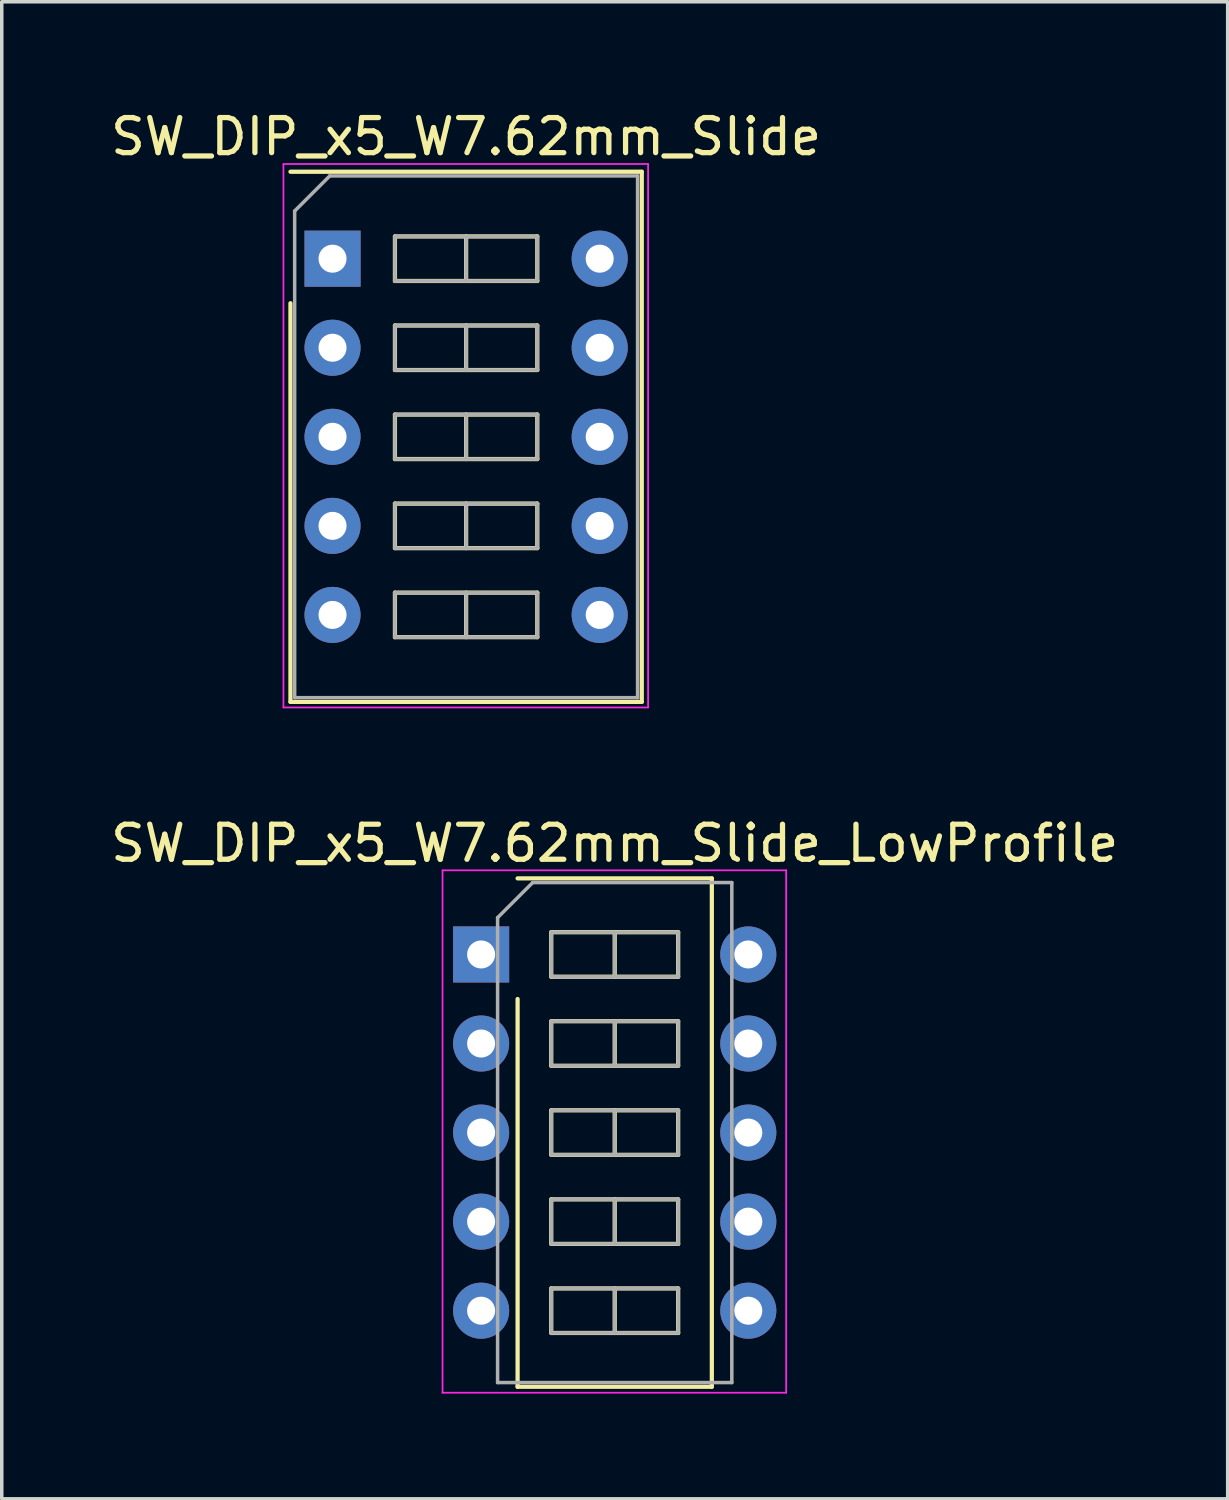
<source format=kicad_pcb>
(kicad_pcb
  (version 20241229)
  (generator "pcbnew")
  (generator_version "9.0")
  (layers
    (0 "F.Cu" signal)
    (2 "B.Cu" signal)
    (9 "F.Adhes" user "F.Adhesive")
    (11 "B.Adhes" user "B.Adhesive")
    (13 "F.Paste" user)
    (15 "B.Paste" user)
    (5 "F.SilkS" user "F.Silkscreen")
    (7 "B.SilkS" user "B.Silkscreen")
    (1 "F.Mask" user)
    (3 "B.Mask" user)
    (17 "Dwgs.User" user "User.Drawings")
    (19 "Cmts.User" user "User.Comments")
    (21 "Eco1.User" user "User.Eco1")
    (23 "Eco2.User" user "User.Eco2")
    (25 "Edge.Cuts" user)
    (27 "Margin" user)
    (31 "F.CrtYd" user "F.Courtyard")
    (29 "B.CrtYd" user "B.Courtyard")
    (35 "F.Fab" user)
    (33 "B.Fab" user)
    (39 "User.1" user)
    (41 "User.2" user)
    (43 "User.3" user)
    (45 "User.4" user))
  (footprint "SW_DIP_x5_W7.62mm_Slide_LowProfile"
    (layer "F.Cu")
    (at 10.672 24.172)
    (property "Reference" "SW_DIP_x5_W7.62mm_Slide_LowProfile" (at 3.81 -3.17 0) (layer "F.SilkS") (effects (font (size 1 1) (thickness 0.15))))
    (attr through_hole)
    (fp_line (start 1.04 -2.17) (end 6.58 -2.17) (stroke (width 0.12) (type solid)) (layer "F.SilkS"))
    (fp_line (start 1.04 12.33) (end 1.04 1.27) (stroke (width 0.12) (type solid)) (layer "F.SilkS"))
    (fp_line (start 2 -0.635) (end 2 0.635) (stroke (width 0.12) (type solid)) (layer "F.SilkS"))
    (fp_line (start 2 0.635) (end 5.62 0.635) (stroke (width 0.12) (type solid)) (layer "F.SilkS"))
    (fp_line (start 2 1.905) (end 2 3.175) (stroke (width 0.12) (type solid)) (layer "F.SilkS"))
    (fp_line (start 2 3.175) (end 5.62 3.175) (stroke (width 0.12) (type solid)) (layer "F.SilkS"))
    (fp_line (start 2 4.445) (end 2 5.715) (stroke (width 0.12) (type solid)) (layer "F.SilkS"))
    (fp_line (start 2 5.715) (end 5.62 5.715) (stroke (width 0.12) (type solid)) (layer "F.SilkS"))
    (fp_line (start 2 6.985) (end 2 8.255) (stroke (width 0.12) (type solid)) (layer "F.SilkS"))
    (fp_line (start 2 8.255) (end 5.62 8.255) (stroke (width 0.12) (type solid)) (layer "F.SilkS"))
    (fp_line (start 2 9.525) (end 2 10.795) (stroke (width 0.12) (type solid)) (layer "F.SilkS"))
    (fp_line (start 2 10.795) (end 5.62 10.795) (stroke (width 0.12) (type solid)) (layer "F.SilkS"))
    (fp_line (start 3.81 -0.635) (end 3.81 0.635) (stroke (width 0.12) (type solid)) (layer "F.SilkS"))
    (fp_line (start 3.81 1.905) (end 3.81 3.175) (stroke (width 0.12) (type solid)) (layer "F.SilkS"))
    (fp_line (start 3.81 4.445) (end 3.81 5.715) (stroke (width 0.12) (type solid)) (layer "F.SilkS"))
    (fp_line (start 3.81 6.985) (end 3.81 8.255) (stroke (width 0.12) (type solid)) (layer "F.SilkS"))
    (fp_line (start 3.81 9.525) (end 3.81 10.795) (stroke (width 0.12) (type solid)) (layer "F.SilkS"))
    (fp_line (start 5.62 -0.635) (end 2 -0.635) (stroke (width 0.12) (type solid)) (layer "F.SilkS"))
    (fp_line (start 5.62 0.635) (end 5.62 -0.635) (stroke (width 0.12) (type solid)) (layer "F.SilkS"))
    (fp_line (start 5.62 1.905) (end 2 1.905) (stroke (width 0.12) (type solid)) (layer "F.SilkS"))
    (fp_line (start 5.62 3.175) (end 5.62 1.905) (stroke (width 0.12) (type solid)) (layer "F.SilkS"))
    (fp_line (start 5.62 4.445) (end 2 4.445) (stroke (width 0.12) (type solid)) (layer "F.SilkS"))
    (fp_line (start 5.62 5.715) (end 5.62 4.445) (stroke (width 0.12) (type solid)) (layer "F.SilkS"))
    (fp_line (start 5.62 6.985) (end 2 6.985) (stroke (width 0.12) (type solid)) (layer "F.SilkS"))
    (fp_line (start 5.62 8.255) (end 5.62 6.985) (stroke (width 0.12) (type solid)) (layer "F.SilkS"))
    (fp_line (start 5.62 9.525) (end 2 9.525) (stroke (width 0.12) (type solid)) (layer "F.SilkS"))
    (fp_line (start 5.62 10.795) (end 5.62 9.525) (stroke (width 0.12) (type solid)) (layer "F.SilkS"))
    (fp_line (start 6.58 -2.17) (end 6.58 12.33) (stroke (width 0.12) (type solid)) (layer "F.SilkS"))
    (fp_line (start 6.58 12.33) (end 1.04 12.33) (stroke (width 0.12) (type solid)) (layer "F.SilkS"))
    (fp_line (start -1.1 -2.4) (end -1.1 12.5) (stroke (width 0.05) (type solid)) (layer "F.CrtYd"))
    (fp_line (start -1.1 12.5) (end 8.7 12.5) (stroke (width 0.05) (type solid)) (layer "F.CrtYd"))
    (fp_line (start 8.7 -2.4) (end -1.1 -2.4) (stroke (width 0.05) (type solid)) (layer "F.CrtYd"))
    (fp_line (start 8.7 12.5) (end 8.7 -2.4) (stroke (width 0.05) (type solid)) (layer "F.CrtYd"))
    (fp_line (start 0.47 -1.05) (end 1.47 -2.05) (stroke (width 0.1) (type solid)) (layer "F.Fab"))
    (fp_line (start 0.47 12.21) (end 0.47 -1.05) (stroke (width 0.1) (type solid)) (layer "F.Fab"))
    (fp_line (start 1.47 -2.05) (end 7.15 -2.05) (stroke (width 0.1) (type solid)) (layer "F.Fab"))
    (fp_line (start 2 -0.635) (end 2 0.635) (stroke (width 0.1) (type solid)) (layer "F.Fab"))
    (fp_line (start 2 0.635) (end 5.62 0.635) (stroke (width 0.1) (type solid)) (layer "F.Fab"))
    (fp_line (start 2 1.905) (end 2 3.175) (stroke (width 0.1) (type solid)) (layer "F.Fab"))
    (fp_line (start 2 3.175) (end 5.62 3.175) (stroke (width 0.1) (type solid)) (layer "F.Fab"))
    (fp_line (start 2 4.445) (end 2 5.715) (stroke (width 0.1) (type solid)) (layer "F.Fab"))
    (fp_line (start 2 5.715) (end 5.62 5.715) (stroke (width 0.1) (type solid)) (layer "F.Fab"))
    (fp_line (start 2 6.985) (end 2 8.255) (stroke (width 0.1) (type solid)) (layer "F.Fab"))
    (fp_line (start 2 8.255) (end 5.62 8.255) (stroke (width 0.1) (type solid)) (layer "F.Fab"))
    (fp_line (start 2 9.525) (end 2 10.795) (stroke (width 0.1) (type solid)) (layer "F.Fab"))
    (fp_line (start 2 10.795) (end 5.62 10.795) (stroke (width 0.1) (type solid)) (layer "F.Fab"))
    (fp_line (start 3.81 -0.635) (end 3.81 0.635) (stroke (width 0.1) (type solid)) (layer "F.Fab"))
    (fp_line (start 3.81 1.905) (end 3.81 3.175) (stroke (width 0.1) (type solid)) (layer "F.Fab"))
    (fp_line (start 3.81 4.445) (end 3.81 5.715) (stroke (width 0.1) (type solid)) (layer "F.Fab"))
    (fp_line (start 3.81 6.985) (end 3.81 8.255) (stroke (width 0.1) (type solid)) (layer "F.Fab"))
    (fp_line (start 3.81 9.525) (end 3.81 10.795) (stroke (width 0.1) (type solid)) (layer "F.Fab"))
    (fp_line (start 5.62 -0.635) (end 2 -0.635) (stroke (width 0.1) (type solid)) (layer "F.Fab"))
    (fp_line (start 5.62 0.635) (end 5.62 -0.635) (stroke (width 0.1) (type solid)) (layer "F.Fab"))
    (fp_line (start 5.62 1.905) (end 2 1.905) (stroke (width 0.1) (type solid)) (layer "F.Fab"))
    (fp_line (start 5.62 3.175) (end 5.62 1.905) (stroke (width 0.1) (type solid)) (layer "F.Fab"))
    (fp_line (start 5.62 4.445) (end 2 4.445) (stroke (width 0.1) (type solid)) (layer "F.Fab"))
    (fp_line (start 5.62 5.715) (end 5.62 4.445) (stroke (width 0.1) (type solid)) (layer "F.Fab"))
    (fp_line (start 5.62 6.985) (end 2 6.985) (stroke (width 0.1) (type solid)) (layer "F.Fab"))
    (fp_line (start 5.62 8.255) (end 5.62 6.985) (stroke (width 0.1) (type solid)) (layer "F.Fab"))
    (fp_line (start 5.62 9.525) (end 2 9.525) (stroke (width 0.1) (type solid)) (layer "F.Fab"))
    (fp_line (start 5.62 10.795) (end 5.62 9.525) (stroke (width 0.1) (type solid)) (layer "F.Fab"))
    (fp_line (start 7.15 -2.05) (end 7.15 12.21) (stroke (width 0.1) (type solid)) (layer "F.Fab"))
    (fp_line (start 7.15 12.21) (end 0.47 12.21) (stroke (width 0.1) (type solid)) (layer "F.Fab"))
    (pad "1" thru_hole rect (at 0 0) (size 1.6 1.6) (drill 0.8) (layers "*.Cu" "*.Mask"))
    (pad "2" thru_hole oval (at 0 2.54) (size 1.6 1.6) (drill 0.8) (layers "*.Cu" "*.Mask"))
    (pad "3" thru_hole oval (at 0 5.08) (size 1.6 1.6) (drill 0.8) (layers "*.Cu" "*.Mask"))
    (pad "4" thru_hole oval (at 0 7.62) (size 1.6 1.6) (drill 0.8) (layers "*.Cu" "*.Mask"))
    (pad "5" thru_hole oval (at 0 10.16) (size 1.6 1.6) (drill 0.8) (layers "*.Cu" "*.Mask"))
    (pad "6" thru_hole oval (at 7.62 10.16) (size 1.6 1.6) (drill 0.8) (layers "*.Cu" "*.Mask"))
    (pad "7" thru_hole oval (at 7.62 7.62) (size 1.6 1.6) (drill 0.8) (layers "*.Cu" "*.Mask"))
    (pad "8" thru_hole oval (at 7.62 5.08) (size 1.6 1.6) (drill 0.8) (layers "*.Cu" "*.Mask"))
    (pad "9" thru_hole oval (at 7.62 2.54) (size 1.6 1.6) (drill 0.8) (layers "*.Cu" "*.Mask"))
    (pad "10" thru_hole oval (at 7.62 0) (size 1.6 1.6) (drill 0.8) (layers "*.Cu" "*.Mask")))
  (footprint "SW_DIP_x5_W7.62mm_Slide"
    (layer "F.Cu")
    (at 6.434 4.328)
    (property "Reference" "SW_DIP_x5_W7.62mm_Slide" (at 3.81 -3.48 0) (layer "F.SilkS") (effects (font (size 1 1) (thickness 0.15))))
    (attr through_hole)
    (fp_line (start -1.2 -2.48) (end 8.82 -2.48) (stroke (width 0.12) (type solid)) (layer "F.SilkS"))
    (fp_line (start -1.2 12.64) (end -1.2 1.27) (stroke (width 0.12) (type solid)) (layer "F.SilkS"))
    (fp_line (start 1.78 -0.635) (end 1.78 0.635) (stroke (width 0.12) (type solid)) (layer "F.SilkS"))
    (fp_line (start 1.78 0.635) (end 5.84 0.635) (stroke (width 0.12) (type solid)) (layer "F.SilkS"))
    (fp_line (start 1.78 1.905) (end 1.78 3.175) (stroke (width 0.12) (type solid)) (layer "F.SilkS"))
    (fp_line (start 1.78 3.175) (end 5.84 3.175) (stroke (width 0.12) (type solid)) (layer "F.SilkS"))
    (fp_line (start 1.78 4.445) (end 1.78 5.715) (stroke (width 0.12) (type solid)) (layer "F.SilkS"))
    (fp_line (start 1.78 5.715) (end 5.84 5.715) (stroke (width 0.12) (type solid)) (layer "F.SilkS"))
    (fp_line (start 1.78 6.985) (end 1.78 8.255) (stroke (width 0.12) (type solid)) (layer "F.SilkS"))
    (fp_line (start 1.78 8.255) (end 5.84 8.255) (stroke (width 0.12) (type solid)) (layer "F.SilkS"))
    (fp_line (start 1.78 9.525) (end 1.78 10.795) (stroke (width 0.12) (type solid)) (layer "F.SilkS"))
    (fp_line (start 1.78 10.795) (end 5.84 10.795) (stroke (width 0.12) (type solid)) (layer "F.SilkS"))
    (fp_line (start 3.81 -0.635) (end 3.81 0.635) (stroke (width 0.12) (type solid)) (layer "F.SilkS"))
    (fp_line (start 3.81 1.905) (end 3.81 3.175) (stroke (width 0.12) (type solid)) (layer "F.SilkS"))
    (fp_line (start 3.81 4.445) (end 3.81 5.715) (stroke (width 0.12) (type solid)) (layer "F.SilkS"))
    (fp_line (start 3.81 6.985) (end 3.81 8.255) (stroke (width 0.12) (type solid)) (layer "F.SilkS"))
    (fp_line (start 3.81 9.525) (end 3.81 10.795) (stroke (width 0.12) (type solid)) (layer "F.SilkS"))
    (fp_line (start 5.84 -0.635) (end 1.78 -0.635) (stroke (width 0.12) (type solid)) (layer "F.SilkS"))
    (fp_line (start 5.84 0.635) (end 5.84 -0.635) (stroke (width 0.12) (type solid)) (layer "F.SilkS"))
    (fp_line (start 5.84 1.905) (end 1.78 1.905) (stroke (width 0.12) (type solid)) (layer "F.SilkS"))
    (fp_line (start 5.84 3.175) (end 5.84 1.905) (stroke (width 0.12) (type solid)) (layer "F.SilkS"))
    (fp_line (start 5.84 4.445) (end 1.78 4.445) (stroke (width 0.12) (type solid)) (layer "F.SilkS"))
    (fp_line (start 5.84 5.715) (end 5.84 4.445) (stroke (width 0.12) (type solid)) (layer "F.SilkS"))
    (fp_line (start 5.84 6.985) (end 1.78 6.985) (stroke (width 0.12) (type solid)) (layer "F.SilkS"))
    (fp_line (start 5.84 8.255) (end 5.84 6.985) (stroke (width 0.12) (type solid)) (layer "F.SilkS"))
    (fp_line (start 5.84 9.525) (end 1.78 9.525) (stroke (width 0.12) (type solid)) (layer "F.SilkS"))
    (fp_line (start 5.84 10.795) (end 5.84 9.525) (stroke (width 0.12) (type solid)) (layer "F.SilkS"))
    (fp_line (start 8.82 -2.48) (end 8.82 12.64) (stroke (width 0.12) (type solid)) (layer "F.SilkS"))
    (fp_line (start 8.82 12.64) (end -1.2 12.64) (stroke (width 0.12) (type solid)) (layer "F.SilkS"))
    (fp_line (start -1.4 -2.7) (end -1.4 12.8) (stroke (width 0.05) (type solid)) (layer "F.CrtYd"))
    (fp_line (start -1.4 12.8) (end 9 12.8) (stroke (width 0.05) (type solid)) (layer "F.CrtYd"))
    (fp_line (start 9 -2.7) (end -1.4 -2.7) (stroke (width 0.05) (type solid)) (layer "F.CrtYd"))
    (fp_line (start 9 12.8) (end 9 -2.7) (stroke (width 0.05) (type solid)) (layer "F.CrtYd"))
    (fp_line (start -1.08 -1.36) (end -0.08 -2.36) (stroke (width 0.1) (type solid)) (layer "F.Fab"))
    (fp_line (start -1.08 12.52) (end -1.08 -1.36) (stroke (width 0.1) (type solid)) (layer "F.Fab"))
    (fp_line (start -0.08 -2.36) (end 8.7 -2.36) (stroke (width 0.1) (type solid)) (layer "F.Fab"))
    (fp_line (start 1.78 -0.635) (end 1.78 0.635) (stroke (width 0.1) (type solid)) (layer "F.Fab"))
    (fp_line (start 1.78 0.635) (end 5.84 0.635) (stroke (width 0.1) (type solid)) (layer "F.Fab"))
    (fp_line (start 1.78 1.905) (end 1.78 3.175) (stroke (width 0.1) (type solid)) (layer "F.Fab"))
    (fp_line (start 1.78 3.175) (end 5.84 3.175) (stroke (width 0.1) (type solid)) (layer "F.Fab"))
    (fp_line (start 1.78 4.445) (end 1.78 5.715) (stroke (width 0.1) (type solid)) (layer "F.Fab"))
    (fp_line (start 1.78 5.715) (end 5.84 5.715) (stroke (width 0.1) (type solid)) (layer "F.Fab"))
    (fp_line (start 1.78 6.985) (end 1.78 8.255) (stroke (width 0.1) (type solid)) (layer "F.Fab"))
    (fp_line (start 1.78 8.255) (end 5.84 8.255) (stroke (width 0.1) (type solid)) (layer "F.Fab"))
    (fp_line (start 1.78 9.525) (end 1.78 10.795) (stroke (width 0.1) (type solid)) (layer "F.Fab"))
    (fp_line (start 1.78 10.795) (end 5.84 10.795) (stroke (width 0.1) (type solid)) (layer "F.Fab"))
    (fp_line (start 3.81 -0.635) (end 3.81 0.635) (stroke (width 0.1) (type solid)) (layer "F.Fab"))
    (fp_line (start 3.81 1.905) (end 3.81 3.175) (stroke (width 0.1) (type solid)) (layer "F.Fab"))
    (fp_line (start 3.81 4.445) (end 3.81 5.715) (stroke (width 0.1) (type solid)) (layer "F.Fab"))
    (fp_line (start 3.81 6.985) (end 3.81 8.255) (stroke (width 0.1) (type solid)) (layer "F.Fab"))
    (fp_line (start 3.81 9.525) (end 3.81 10.795) (stroke (width 0.1) (type solid)) (layer "F.Fab"))
    (fp_line (start 5.84 -0.635) (end 1.78 -0.635) (stroke (width 0.1) (type solid)) (layer "F.Fab"))
    (fp_line (start 5.84 0.635) (end 5.84 -0.635) (stroke (width 0.1) (type solid)) (layer "F.Fab"))
    (fp_line (start 5.84 1.905) (end 1.78 1.905) (stroke (width 0.1) (type solid)) (layer "F.Fab"))
    (fp_line (start 5.84 3.175) (end 5.84 1.905) (stroke (width 0.1) (type solid)) (layer "F.Fab"))
    (fp_line (start 5.84 4.445) (end 1.78 4.445) (stroke (width 0.1) (type solid)) (layer "F.Fab"))
    (fp_line (start 5.84 5.715) (end 5.84 4.445) (stroke (width 0.1) (type solid)) (layer "F.Fab"))
    (fp_line (start 5.84 6.985) (end 1.78 6.985) (stroke (width 0.1) (type solid)) (layer "F.Fab"))
    (fp_line (start 5.84 8.255) (end 5.84 6.985) (stroke (width 0.1) (type solid)) (layer "F.Fab"))
    (fp_line (start 5.84 9.525) (end 1.78 9.525) (stroke (width 0.1) (type solid)) (layer "F.Fab"))
    (fp_line (start 5.84 10.795) (end 5.84 9.525) (stroke (width 0.1) (type solid)) (layer "F.Fab"))
    (fp_line (start 8.7 -2.36) (end 8.7 12.52) (stroke (width 0.1) (type solid)) (layer "F.Fab"))
    (fp_line (start 8.7 12.52) (end -1.08 12.52) (stroke (width 0.1) (type solid)) (layer "F.Fab"))
    (pad "1" thru_hole rect (at 0 0) (size 1.6 1.6) (drill 0.8) (layers "*.Cu" "*.Mask"))
    (pad "2" thru_hole oval (at 0 2.54) (size 1.6 1.6) (drill 0.8) (layers "*.Cu" "*.Mask"))
    (pad "3" thru_hole oval (at 0 5.08) (size 1.6 1.6) (drill 0.8) (layers "*.Cu" "*.Mask"))
    (pad "4" thru_hole oval (at 0 7.62) (size 1.6 1.6) (drill 0.8) (layers "*.Cu" "*.Mask"))
    (pad "5" thru_hole oval (at 0 10.16) (size 1.6 1.6) (drill 0.8) (layers "*.Cu" "*.Mask"))
    (pad "6" thru_hole oval (at 7.62 10.16) (size 1.6 1.6) (drill 0.8) (layers "*.Cu" "*.Mask"))
    (pad "7" thru_hole oval (at 7.62 7.62) (size 1.6 1.6) (drill 0.8) (layers "*.Cu" "*.Mask"))
    (pad "8" thru_hole oval (at 7.62 5.08) (size 1.6 1.6) (drill 0.8) (layers "*.Cu" "*.Mask"))
    (pad "9" thru_hole oval (at 7.62 2.54) (size 1.6 1.6) (drill 0.8) (layers "*.Cu" "*.Mask"))
    (pad "10" thru_hole oval (at 7.62 0) (size 1.6 1.6) (drill 0.8) (layers "*.Cu" "*.Mask")))
  (gr_rect
    (start -3 -3)
    (end 31.964 39.697)
    (stroke (width 0.1) (type default))
    (fill no)
    (layer "Edge.Cuts")))
</source>
